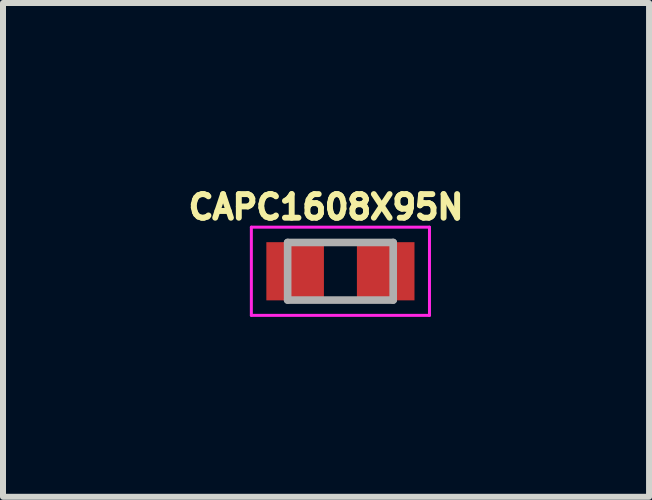
<source format=kicad_pcb>
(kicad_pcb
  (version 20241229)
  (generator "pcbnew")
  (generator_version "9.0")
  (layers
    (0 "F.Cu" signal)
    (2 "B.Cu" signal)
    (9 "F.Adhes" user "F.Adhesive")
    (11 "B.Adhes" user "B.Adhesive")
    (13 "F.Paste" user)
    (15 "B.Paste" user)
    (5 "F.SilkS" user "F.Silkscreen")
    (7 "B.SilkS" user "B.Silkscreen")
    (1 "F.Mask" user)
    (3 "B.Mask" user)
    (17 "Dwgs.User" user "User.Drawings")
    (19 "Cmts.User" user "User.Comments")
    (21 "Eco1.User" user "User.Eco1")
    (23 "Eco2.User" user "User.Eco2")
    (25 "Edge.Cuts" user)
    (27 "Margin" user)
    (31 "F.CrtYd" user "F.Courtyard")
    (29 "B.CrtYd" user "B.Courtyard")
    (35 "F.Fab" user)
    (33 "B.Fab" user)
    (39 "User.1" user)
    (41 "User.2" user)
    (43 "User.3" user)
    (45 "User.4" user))
  (footprint "CAPC1608X95N"
    (layer "F.Cu")
    (at 2.626 1.473)
    (property "Reference" "CAPC1608X95N" (at -0.24 -1.07 0) (layer "F.SilkS") (effects (font (size 0.394 0.394) (thickness 0.15))))
    (attr smd)
    (fp_line (start -1.485 -0.735) (end 1.485 -0.735) (stroke (width 0.05) (type solid)) (layer "F.CrtYd"))
    (fp_line (start -1.485 0.735) (end -1.485 -0.735) (stroke (width 0.05) (type solid)) (layer "F.CrtYd"))
    (fp_line (start -1.485 0.735) (end 1.485 0.735) (stroke (width 0.05) (type solid)) (layer "F.CrtYd"))
    (fp_line (start 1.485 0.735) (end 1.485 -0.735) (stroke (width 0.05) (type solid)) (layer "F.CrtYd"))
    (fp_line (start -0.88 0.48) (end -0.88 -0.48) (stroke (width 0.127) (type solid)) (layer "F.Fab"))
    (fp_line (start 0.88 -0.48) (end -0.88 -0.48) (stroke (width 0.127) (type solid)) (layer "F.Fab"))
    (fp_line (start 0.88 0.48) (end -0.88 0.48) (stroke (width 0.127) (type solid)) (layer "F.Fab"))
    (fp_line (start 0.88 0.48) (end 0.88 -0.48) (stroke (width 0.127) (type solid)) (layer "F.Fab"))
    (pad "1" smd rect (at -0.755 0) (size 0.96 0.97) (layers "F.Cu" "F.Mask" "F.Paste"))
    (pad "2" smd rect (at 0.755 0) (size 0.96 0.97) (layers "F.Cu" "F.Mask" "F.Paste")))
  (gr_rect
    (start -3 -3)
    (end 7.772 5.233)
    (stroke (width 0.1) (type default))
    (fill no)
    (layer "Edge.Cuts")))
</source>
